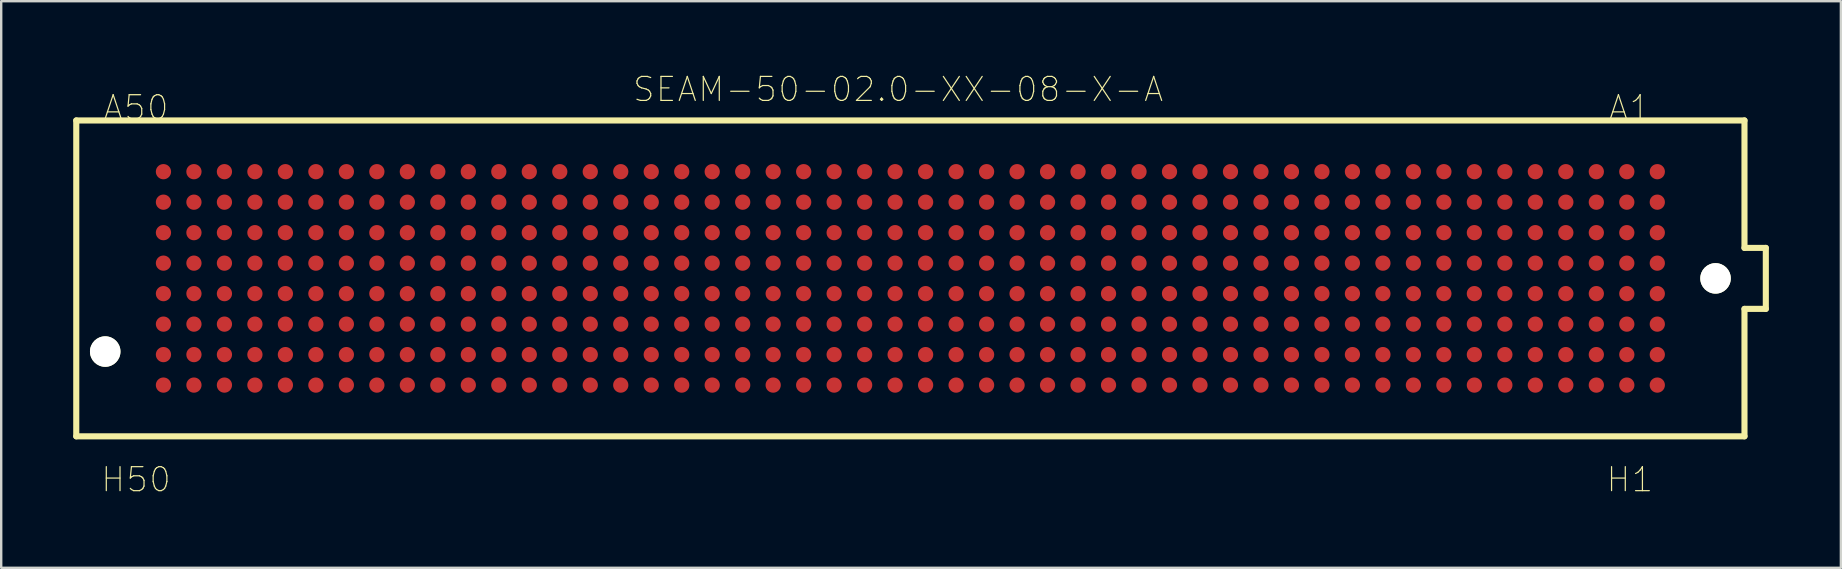
<source format=kicad_pcb>
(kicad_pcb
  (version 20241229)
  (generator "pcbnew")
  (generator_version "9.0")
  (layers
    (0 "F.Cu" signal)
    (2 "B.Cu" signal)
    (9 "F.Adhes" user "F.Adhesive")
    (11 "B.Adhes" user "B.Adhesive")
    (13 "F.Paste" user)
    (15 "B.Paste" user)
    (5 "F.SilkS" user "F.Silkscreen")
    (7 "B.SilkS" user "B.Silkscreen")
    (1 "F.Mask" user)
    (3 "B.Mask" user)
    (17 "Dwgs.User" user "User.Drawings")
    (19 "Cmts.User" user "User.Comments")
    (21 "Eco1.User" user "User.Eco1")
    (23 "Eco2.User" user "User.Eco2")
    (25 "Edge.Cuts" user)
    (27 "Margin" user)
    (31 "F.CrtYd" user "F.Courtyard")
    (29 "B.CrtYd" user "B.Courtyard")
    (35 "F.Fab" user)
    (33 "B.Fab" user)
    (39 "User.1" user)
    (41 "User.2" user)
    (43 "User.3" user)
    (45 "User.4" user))
  (footprint "SEAM-50-02.0-XX-08-X-A"
    (layer "F.Cu")
    (at 34.874 8.547)
    (property "Reference" "SEAM-50-02.0-XX-08-X-A" (at -0.508 -7.874 0) (layer "F.SilkS") (effects (font (size 1 1) (thickness 0.05))))
    (attr smd)
    (fp_line (start -34.747 -6.579) (end 34.747 -6.579) (stroke (width 0.254) (type solid)) (layer "F.SilkS"))
    (fp_line (start -34.747 6.579) (end -34.747 -6.579) (stroke (width 0.254) (type solid)) (layer "F.SilkS"))
    (fp_line (start 34.747 -6.579) (end 34.747 -1.27) (stroke (width 0.254) (type solid)) (layer "F.SilkS"))
    (fp_line (start 34.747 -1.27) (end 35.636 -1.27) (stroke (width 0.254) (type solid)) (layer "F.SilkS"))
    (fp_line (start 34.747 1.27) (end 34.747 6.579) (stroke (width 0.254) (type solid)) (layer "F.SilkS"))
    (fp_line (start 34.747 6.579) (end -34.747 6.579) (stroke (width 0.254) (type solid)) (layer "F.SilkS"))
    (fp_line (start 35.636 -1.27) (end 35.636 1.27) (stroke (width 0.254) (type solid)) (layer "F.SilkS"))
    (fp_line (start 35.636 1.27) (end 34.747 1.27) (stroke (width 0.254) (type solid)) (layer "F.SilkS"))
    (fp_line (start -34.239 -6.071) (end 34.239 -6.071) (stroke (width 0.254) (type solid)) (layer "Eco2.User"))
    (fp_line (start -34.239 6.071) (end -34.239 -6.071) (stroke (width 0.254) (type solid)) (layer "Eco2.User"))
    (fp_line (start 34.239 -6.071) (end 34.239 -0.762) (stroke (width 0.254) (type solid)) (layer "Eco2.User"))
    (fp_line (start 34.239 -0.762) (end 35.128 -0.762) (stroke (width 0.254) (type solid)) (layer "Eco2.User"))
    (fp_line (start 34.239 0.762) (end 34.239 6.071) (stroke (width 0.254) (type solid)) (layer "Eco2.User"))
    (fp_line (start 34.239 6.071) (end -34.239 6.071) (stroke (width 0.254) (type solid)) (layer "Eco2.User"))
    (fp_line (start 35.128 -0.762) (end 35.128 0.762) (stroke (width 0.254) (type solid)) (layer "Eco2.User"))
    (fp_line (start 35.128 0.762) (end 34.239 0.762) (stroke (width 0.254) (type solid)) (layer "Eco2.User"))
    (fp_text user "H50" (at -32.258 8.382 0) (layer "F.SilkS") (effects (font (size 1 1) (thickness 0.05))))
    (fp_text user "A50" (at -32.258 -7.112 0) (layer "F.SilkS") (effects (font (size 1 1) (thickness 0.05))))
    (fp_text user "A1" (at 29.972 -7.112 0) (layer "F.SilkS") (effects (font (size 1 1) (thickness 0.05))))
    (fp_text user "H1" (at 29.972 8.382 0) (layer "F.SilkS") (effects (font (size 1 1) (thickness 0.05))))
    (pad "" np_thru_hole circle (at -33.541 3.048) (size 1.27 1.27) (drill 1.27) (layers "*.Cu" "*.Mask" "F.SilkS"))
    (pad "" np_thru_hole circle (at 33.541 0) (size 1.27 1.27) (drill 1.27) (layers "*.Cu" "*.Mask" "F.SilkS"))
    (pad "A1" smd circle (at 31.115 -4.445) (size 0.635 0.635) (layers "F.Cu" "F.Mask" "F.Paste"))
    (pad "A2" smd circle (at 29.845 -4.445) (size 0.635 0.635) (layers "F.Cu" "F.Mask" "F.Paste"))
    (pad "A3" smd circle (at 28.575 -4.445) (size 0.635 0.635) (layers "F.Cu" "F.Mask" "F.Paste"))
    (pad "A4" smd circle (at 27.305 -4.445) (size 0.635 0.635) (layers "F.Cu" "F.Mask" "F.Paste"))
    (pad "A5" smd circle (at 26.035 -4.445) (size 0.635 0.635) (layers "F.Cu" "F.Mask" "F.Paste"))
    (pad "A6" smd circle (at 24.765 -4.445) (size 0.635 0.635) (layers "F.Cu" "F.Mask" "F.Paste"))
    (pad "A7" smd circle (at 23.495 -4.445) (size 0.635 0.635) (layers "F.Cu" "F.Mask" "F.Paste"))
    (pad "A8" smd circle (at 22.225 -4.445) (size 0.635 0.635) (layers "F.Cu" "F.Mask" "F.Paste"))
    (pad "A9" smd circle (at 20.955 -4.445) (size 0.635 0.635) (layers "F.Cu" "F.Mask" "F.Paste"))
    (pad "A10" smd circle (at 19.685 -4.445) (size 0.635 0.635) (layers "F.Cu" "F.Mask" "F.Paste"))
    (pad "A11" smd circle (at 18.415 -4.445) (size 0.635 0.635) (layers "F.Cu" "F.Mask" "F.Paste"))
    (pad "A12" smd circle (at 17.145 -4.445) (size 0.635 0.635) (layers "F.Cu" "F.Mask" "F.Paste"))
    (pad "A13" smd circle (at 15.875 -4.445) (size 0.635 0.635) (layers "F.Cu" "F.Mask" "F.Paste"))
    (pad "A14" smd circle (at 14.605 -4.445) (size 0.635 0.635) (layers "F.Cu" "F.Mask" "F.Paste"))
    (pad "A15" smd circle (at 13.335 -4.445) (size 0.635 0.635) (layers "F.Cu" "F.Mask" "F.Paste"))
    (pad "A16" smd circle (at 12.065 -4.445) (size 0.635 0.635) (layers "F.Cu" "F.Mask" "F.Paste"))
    (pad "A17" smd circle (at 10.795 -4.445) (size 0.635 0.635) (layers "F.Cu" "F.Mask" "F.Paste"))
    (pad "A18" smd circle (at 9.525 -4.445) (size 0.635 0.635) (layers "F.Cu" "F.Mask" "F.Paste"))
    (pad "A19" smd circle (at 8.255 -4.445) (size 0.635 0.635) (layers "F.Cu" "F.Mask" "F.Paste"))
    (pad "A20" smd circle (at 6.985 -4.445) (size 0.635 0.635) (layers "F.Cu" "F.Mask" "F.Paste"))
    (pad "A21" smd circle (at 5.715 -4.445) (size 0.635 0.635) (layers "F.Cu" "F.Mask" "F.Paste"))
    (pad "A22" smd circle (at 4.445 -4.445) (size 0.635 0.635) (layers "F.Cu" "F.Mask" "F.Paste"))
    (pad "A23" smd circle (at 3.175 -4.445) (size 0.635 0.635) (layers "F.Cu" "F.Mask" "F.Paste"))
    (pad "A24" smd circle (at 1.905 -4.445) (size 0.635 0.635) (layers "F.Cu" "F.Mask" "F.Paste"))
    (pad "A25" smd circle (at 0.635 -4.445) (size 0.635 0.635) (layers "F.Cu" "F.Mask" "F.Paste"))
    (pad "A26" smd circle (at -0.635 -4.445) (size 0.635 0.635) (layers "F.Cu" "F.Mask" "F.Paste"))
    (pad "A27" smd circle (at -1.905 -4.445) (size 0.635 0.635) (layers "F.Cu" "F.Mask" "F.Paste"))
    (pad "A28" smd circle (at -3.175 -4.445) (size 0.635 0.635) (layers "F.Cu" "F.Mask" "F.Paste"))
    (pad "A29" smd circle (at -4.445 -4.445) (size 0.635 0.635) (layers "F.Cu" "F.Mask" "F.Paste"))
    (pad "A30" smd circle (at -5.715 -4.445) (size 0.635 0.635) (layers "F.Cu" "F.Mask" "F.Paste"))
    (pad "A31" smd circle (at -6.985 -4.445) (size 0.635 0.635) (layers "F.Cu" "F.Mask" "F.Paste"))
    (pad "A32" smd circle (at -8.255 -4.445) (size 0.635 0.635) (layers "F.Cu" "F.Mask" "F.Paste"))
    (pad "A33" smd circle (at -9.525 -4.445) (size 0.635 0.635) (layers "F.Cu" "F.Mask" "F.Paste"))
    (pad "A34" smd circle (at -10.795 -4.445) (size 0.635 0.635) (layers "F.Cu" "F.Mask" "F.Paste"))
    (pad "A35" smd circle (at -12.065 -4.445) (size 0.635 0.635) (layers "F.Cu" "F.Mask" "F.Paste"))
    (pad "A36" smd circle (at -13.335 -4.445) (size 0.635 0.635) (layers "F.Cu" "F.Mask" "F.Paste"))
    (pad "A37" smd circle (at -14.605 -4.445) (size 0.635 0.635) (layers "F.Cu" "F.Mask" "F.Paste"))
    (pad "A38" smd circle (at -15.875 -4.445) (size 0.635 0.635) (layers "F.Cu" "F.Mask" "F.Paste"))
    (pad "A39" smd circle (at -17.145 -4.445) (size 0.635 0.635) (layers "F.Cu" "F.Mask" "F.Paste"))
    (pad "A40" smd circle (at -18.415 -4.445) (size 0.635 0.635) (layers "F.Cu" "F.Mask" "F.Paste"))
    (pad "A41" smd circle (at -19.685 -4.445) (size 0.635 0.635) (layers "F.Cu" "F.Mask" "F.Paste"))
    (pad "A42" smd circle (at -20.955 -4.445) (size 0.635 0.635) (layers "F.Cu" "F.Mask" "F.Paste"))
    (pad "A43" smd circle (at -22.225 -4.445) (size 0.635 0.635) (layers "F.Cu" "F.Mask" "F.Paste"))
    (pad "A44" smd circle (at -23.495 -4.445) (size 0.635 0.635) (layers "F.Cu" "F.Mask" "F.Paste"))
    (pad "A45" smd circle (at -24.765 -4.445) (size 0.635 0.635) (layers "F.Cu" "F.Mask" "F.Paste"))
    (pad "A46" smd circle (at -26.035 -4.445) (size 0.635 0.635) (layers "F.Cu" "F.Mask" "F.Paste"))
    (pad "A47" smd circle (at -27.305 -4.445) (size 0.635 0.635) (layers "F.Cu" "F.Mask" "F.Paste"))
    (pad "A48" smd circle (at -28.575 -4.445) (size 0.635 0.635) (layers "F.Cu" "F.Mask" "F.Paste"))
    (pad "A49" smd circle (at -29.845 -4.445) (size 0.635 0.635) (layers "F.Cu" "F.Mask" "F.Paste"))
    (pad "A50" smd circle (at -31.115 -4.445) (size 0.635 0.635) (layers "F.Cu" "F.Mask" "F.Paste"))
    (pad "B1" smd circle (at 31.115 -3.175) (size 0.635 0.635) (layers "F.Cu" "F.Mask" "F.Paste"))
    (pad "B2" smd circle (at 29.845 -3.175) (size 0.635 0.635) (layers "F.Cu" "F.Mask" "F.Paste"))
    (pad "B3" smd circle (at 28.575 -3.175) (size 0.635 0.635) (layers "F.Cu" "F.Mask" "F.Paste"))
    (pad "B4" smd circle (at 27.305 -3.175) (size 0.635 0.635) (layers "F.Cu" "F.Mask" "F.Paste"))
    (pad "B5" smd circle (at 26.035 -3.175) (size 0.635 0.635) (layers "F.Cu" "F.Mask" "F.Paste"))
    (pad "B6" smd circle (at 24.765 -3.175) (size 0.635 0.635) (layers "F.Cu" "F.Mask" "F.Paste"))
    (pad "B7" smd circle (at 23.495 -3.175) (size 0.635 0.635) (layers "F.Cu" "F.Mask" "F.Paste"))
    (pad "B8" smd circle (at 22.225 -3.175) (size 0.635 0.635) (layers "F.Cu" "F.Mask" "F.Paste"))
    (pad "B9" smd circle (at 20.955 -3.175) (size 0.635 0.635) (layers "F.Cu" "F.Mask" "F.Paste"))
    (pad "B10" smd circle (at 19.685 -3.175) (size 0.635 0.635) (layers "F.Cu" "F.Mask" "F.Paste"))
    (pad "B11" smd circle (at 18.415 -3.175) (size 0.635 0.635) (layers "F.Cu" "F.Mask" "F.Paste"))
    (pad "B12" smd circle (at 17.145 -3.175) (size 0.635 0.635) (layers "F.Cu" "F.Mask" "F.Paste"))
    (pad "B13" smd circle (at 15.875 -3.175) (size 0.635 0.635) (layers "F.Cu" "F.Mask" "F.Paste"))
    (pad "B14" smd circle (at 14.605 -3.175) (size 0.635 0.635) (layers "F.Cu" "F.Mask" "F.Paste"))
    (pad "B15" smd circle (at 13.335 -3.175) (size 0.635 0.635) (layers "F.Cu" "F.Mask" "F.Paste"))
    (pad "B16" smd circle (at 12.065 -3.175) (size 0.635 0.635) (layers "F.Cu" "F.Mask" "F.Paste"))
    (pad "B17" smd circle (at 10.795 -3.175) (size 0.635 0.635) (layers "F.Cu" "F.Mask" "F.Paste"))
    (pad "B18" smd circle (at 9.525 -3.175) (size 0.635 0.635) (layers "F.Cu" "F.Mask" "F.Paste"))
    (pad "B19" smd circle (at 8.255 -3.175) (size 0.635 0.635) (layers "F.Cu" "F.Mask" "F.Paste"))
    (pad "B20" smd circle (at 6.985 -3.175) (size 0.635 0.635) (layers "F.Cu" "F.Mask" "F.Paste"))
    (pad "B21" smd circle (at 5.715 -3.175) (size 0.635 0.635) (layers "F.Cu" "F.Mask" "F.Paste"))
    (pad "B22" smd circle (at 4.445 -3.175) (size 0.635 0.635) (layers "F.Cu" "F.Mask" "F.Paste"))
    (pad "B23" smd circle (at 3.175 -3.175) (size 0.635 0.635) (layers "F.Cu" "F.Mask" "F.Paste"))
    (pad "B24" smd circle (at 1.905 -3.175) (size 0.635 0.635) (layers "F.Cu" "F.Mask" "F.Paste"))
    (pad "B25" smd circle (at 0.635 -3.175) (size 0.635 0.635) (layers "F.Cu" "F.Mask" "F.Paste"))
    (pad "B26" smd circle (at -0.635 -3.175) (size 0.635 0.635) (layers "F.Cu" "F.Mask" "F.Paste"))
    (pad "B27" smd circle (at -1.905 -3.175) (size 0.635 0.635) (layers "F.Cu" "F.Mask" "F.Paste"))
    (pad "B28" smd circle (at -3.175 -3.175) (size 0.635 0.635) (layers "F.Cu" "F.Mask" "F.Paste"))
    (pad "B29" smd circle (at -4.445 -3.175) (size 0.635 0.635) (layers "F.Cu" "F.Mask" "F.Paste"))
    (pad "B30" smd circle (at -5.715 -3.175) (size 0.635 0.635) (layers "F.Cu" "F.Mask" "F.Paste"))
    (pad "B31" smd circle (at -6.985 -3.175) (size 0.635 0.635) (layers "F.Cu" "F.Mask" "F.Paste"))
    (pad "B32" smd circle (at -8.255 -3.175) (size 0.635 0.635) (layers "F.Cu" "F.Mask" "F.Paste"))
    (pad "B33" smd circle (at -9.525 -3.175) (size 0.635 0.635) (layers "F.Cu" "F.Mask" "F.Paste"))
    (pad "B34" smd circle (at -10.795 -3.175) (size 0.635 0.635) (layers "F.Cu" "F.Mask" "F.Paste"))
    (pad "B35" smd circle (at -12.065 -3.175) (size 0.635 0.635) (layers "F.Cu" "F.Mask" "F.Paste"))
    (pad "B36" smd circle (at -13.335 -3.175) (size 0.635 0.635) (layers "F.Cu" "F.Mask" "F.Paste"))
    (pad "B37" smd circle (at -14.605 -3.175) (size 0.635 0.635) (layers "F.Cu" "F.Mask" "F.Paste"))
    (pad "B38" smd circle (at -15.875 -3.175) (size 0.635 0.635) (layers "F.Cu" "F.Mask" "F.Paste"))
    (pad "B39" smd circle (at -17.145 -3.175) (size 0.635 0.635) (layers "F.Cu" "F.Mask" "F.Paste"))
    (pad "B40" smd circle (at -18.415 -3.175) (size 0.635 0.635) (layers "F.Cu" "F.Mask" "F.Paste"))
    (pad "B41" smd circle (at -19.685 -3.175) (size 0.635 0.635) (layers "F.Cu" "F.Mask" "F.Paste"))
    (pad "B42" smd circle (at -20.955 -3.175) (size 0.635 0.635) (layers "F.Cu" "F.Mask" "F.Paste"))
    (pad "B43" smd circle (at -22.225 -3.175) (size 0.635 0.635) (layers "F.Cu" "F.Mask" "F.Paste"))
    (pad "B44" smd circle (at -23.495 -3.175) (size 0.635 0.635) (layers "F.Cu" "F.Mask" "F.Paste"))
    (pad "B45" smd circle (at -24.765 -3.175) (size 0.635 0.635) (layers "F.Cu" "F.Mask" "F.Paste"))
    (pad "B46" smd circle (at -26.035 -3.175) (size 0.635 0.635) (layers "F.Cu" "F.Mask" "F.Paste"))
    (pad "B47" smd circle (at -27.305 -3.175) (size 0.635 0.635) (layers "F.Cu" "F.Mask" "F.Paste"))
    (pad "B48" smd circle (at -28.575 -3.175) (size 0.635 0.635) (layers "F.Cu" "F.Mask" "F.Paste"))
    (pad "B49" smd circle (at -29.845 -3.175) (size 0.635 0.635) (layers "F.Cu" "F.Mask" "F.Paste"))
    (pad "B50" smd circle (at -31.115 -3.175) (size 0.635 0.635) (layers "F.Cu" "F.Mask" "F.Paste"))
    (pad "C1" smd circle (at 31.115 -1.905) (size 0.635 0.635) (layers "F.Cu" "F.Mask" "F.Paste"))
    (pad "C2" smd circle (at 29.845 -1.905) (size 0.635 0.635) (layers "F.Cu" "F.Mask" "F.Paste"))
    (pad "C3" smd circle (at 28.575 -1.905) (size 0.635 0.635) (layers "F.Cu" "F.Mask" "F.Paste"))
    (pad "C4" smd circle (at 27.305 -1.905) (size 0.635 0.635) (layers "F.Cu" "F.Mask" "F.Paste"))
    (pad "C5" smd circle (at 26.035 -1.905) (size 0.635 0.635) (layers "F.Cu" "F.Mask" "F.Paste"))
    (pad "C6" smd circle (at 24.765 -1.905) (size 0.635 0.635) (layers "F.Cu" "F.Mask" "F.Paste"))
    (pad "C7" smd circle (at 23.495 -1.905) (size 0.635 0.635) (layers "F.Cu" "F.Mask" "F.Paste"))
    (pad "C8" smd circle (at 22.225 -1.905) (size 0.635 0.635) (layers "F.Cu" "F.Mask" "F.Paste"))
    (pad "C9" smd circle (at 20.955 -1.905) (size 0.635 0.635) (layers "F.Cu" "F.Mask" "F.Paste"))
    (pad "C10" smd circle (at 19.685 -1.905) (size 0.635 0.635) (layers "F.Cu" "F.Mask" "F.Paste"))
    (pad "C11" smd circle (at 18.415 -1.905) (size 0.635 0.635) (layers "F.Cu" "F.Mask" "F.Paste"))
    (pad "C12" smd circle (at 17.145 -1.905) (size 0.635 0.635) (layers "F.Cu" "F.Mask" "F.Paste"))
    (pad "C13" smd circle (at 15.875 -1.905) (size 0.635 0.635) (layers "F.Cu" "F.Mask" "F.Paste"))
    (pad "C14" smd circle (at 14.605 -1.905) (size 0.635 0.635) (layers "F.Cu" "F.Mask" "F.Paste"))
    (pad "C15" smd circle (at 13.335 -1.905) (size 0.635 0.635) (layers "F.Cu" "F.Mask" "F.Paste"))
    (pad "C16" smd circle (at 12.065 -1.905) (size 0.635 0.635) (layers "F.Cu" "F.Mask" "F.Paste"))
    (pad "C17" smd circle (at 10.795 -1.905) (size 0.635 0.635) (layers "F.Cu" "F.Mask" "F.Paste"))
    (pad "C18" smd circle (at 9.525 -1.905) (size 0.635 0.635) (layers "F.Cu" "F.Mask" "F.Paste"))
    (pad "C19" smd circle (at 8.255 -1.905) (size 0.635 0.635) (layers "F.Cu" "F.Mask" "F.Paste"))
    (pad "C20" smd circle (at 6.985 -1.905) (size 0.635 0.635) (layers "F.Cu" "F.Mask" "F.Paste"))
    (pad "C21" smd circle (at 5.715 -1.905) (size 0.635 0.635) (layers "F.Cu" "F.Mask" "F.Paste"))
    (pad "C22" smd circle (at 4.445 -1.905) (size 0.635 0.635) (layers "F.Cu" "F.Mask" "F.Paste"))
    (pad "C23" smd circle (at 3.175 -1.905) (size 0.635 0.635) (layers "F.Cu" "F.Mask" "F.Paste"))
    (pad "C24" smd circle (at 1.905 -1.905) (size 0.635 0.635) (layers "F.Cu" "F.Mask" "F.Paste"))
    (pad "C25" smd circle (at 0.635 -1.905) (size 0.635 0.635) (layers "F.Cu" "F.Mask" "F.Paste"))
    (pad "C26" smd circle (at -0.635 -1.905) (size 0.635 0.635) (layers "F.Cu" "F.Mask" "F.Paste"))
    (pad "C27" smd circle (at -1.905 -1.905) (size 0.635 0.635) (layers "F.Cu" "F.Mask" "F.Paste"))
    (pad "C28" smd circle (at -3.175 -1.905) (size 0.635 0.635) (layers "F.Cu" "F.Mask" "F.Paste"))
    (pad "C29" smd circle (at -4.445 -1.905) (size 0.635 0.635) (layers "F.Cu" "F.Mask" "F.Paste"))
    (pad "C30" smd circle (at -5.715 -1.905) (size 0.635 0.635) (layers "F.Cu" "F.Mask" "F.Paste"))
    (pad "C31" smd circle (at -6.985 -1.905) (size 0.635 0.635) (layers "F.Cu" "F.Mask" "F.Paste"))
    (pad "C32" smd circle (at -8.255 -1.905) (size 0.635 0.635) (layers "F.Cu" "F.Mask" "F.Paste"))
    (pad "C33" smd circle (at -9.525 -1.905) (size 0.635 0.635) (layers "F.Cu" "F.Mask" "F.Paste"))
    (pad "C34" smd circle (at -10.795 -1.905) (size 0.635 0.635) (layers "F.Cu" "F.Mask" "F.Paste"))
    (pad "C35" smd circle (at -12.065 -1.905) (size 0.635 0.635) (layers "F.Cu" "F.Mask" "F.Paste"))
    (pad "C36" smd circle (at -13.335 -1.905) (size 0.635 0.635) (layers "F.Cu" "F.Mask" "F.Paste"))
    (pad "C37" smd circle (at -14.605 -1.905) (size 0.635 0.635) (layers "F.Cu" "F.Mask" "F.Paste"))
    (pad "C38" smd circle (at -15.875 -1.905) (size 0.635 0.635) (layers "F.Cu" "F.Mask" "F.Paste"))
    (pad "C39" smd circle (at -17.145 -1.905) (size 0.635 0.635) (layers "F.Cu" "F.Mask" "F.Paste"))
    (pad "C40" smd circle (at -18.415 -1.905) (size 0.635 0.635) (layers "F.Cu" "F.Mask" "F.Paste"))
    (pad "C41" smd circle (at -19.685 -1.905) (size 0.635 0.635) (layers "F.Cu" "F.Mask" "F.Paste"))
    (pad "C42" smd circle (at -20.955 -1.905) (size 0.635 0.635) (layers "F.Cu" "F.Mask" "F.Paste"))
    (pad "C43" smd circle (at -22.225 -1.905) (size 0.635 0.635) (layers "F.Cu" "F.Mask" "F.Paste"))
    (pad "C44" smd circle (at -23.495 -1.905) (size 0.635 0.635) (layers "F.Cu" "F.Mask" "F.Paste"))
    (pad "C45" smd circle (at -24.765 -1.905) (size 0.635 0.635) (layers "F.Cu" "F.Mask" "F.Paste"))
    (pad "C46" smd circle (at -26.035 -1.905) (size 0.635 0.635) (layers "F.Cu" "F.Mask" "F.Paste"))
    (pad "C47" smd circle (at -27.305 -1.905) (size 0.635 0.635) (layers "F.Cu" "F.Mask" "F.Paste"))
    (pad "C48" smd circle (at -28.575 -1.905) (size 0.635 0.635) (layers "F.Cu" "F.Mask" "F.Paste"))
    (pad "C49" smd circle (at -29.845 -1.905) (size 0.635 0.635) (layers "F.Cu" "F.Mask" "F.Paste"))
    (pad "C50" smd circle (at -31.115 -1.905) (size 0.635 0.635) (layers "F.Cu" "F.Mask" "F.Paste"))
    (pad "D1" smd circle (at 31.115 -0.635) (size 0.635 0.635) (layers "F.Cu" "F.Mask" "F.Paste"))
    (pad "D2" smd circle (at 29.845 -0.635) (size 0.635 0.635) (layers "F.Cu" "F.Mask" "F.Paste"))
    (pad "D3" smd circle (at 28.575 -0.635) (size 0.635 0.635) (layers "F.Cu" "F.Mask" "F.Paste"))
    (pad "D4" smd circle (at 27.305 -0.635) (size 0.635 0.635) (layers "F.Cu" "F.Mask" "F.Paste"))
    (pad "D5" smd circle (at 26.035 -0.635) (size 0.635 0.635) (layers "F.Cu" "F.Mask" "F.Paste"))
    (pad "D6" smd circle (at 24.765 -0.635) (size 0.635 0.635) (layers "F.Cu" "F.Mask" "F.Paste"))
    (pad "D7" smd circle (at 23.495 -0.635) (size 0.635 0.635) (layers "F.Cu" "F.Mask" "F.Paste"))
    (pad "D8" smd circle (at 22.225 -0.635) (size 0.635 0.635) (layers "F.Cu" "F.Mask" "F.Paste"))
    (pad "D9" smd circle (at 20.955 -0.635) (size 0.635 0.635) (layers "F.Cu" "F.Mask" "F.Paste"))
    (pad "D10" smd circle (at 19.685 -0.635) (size 0.635 0.635) (layers "F.Cu" "F.Mask" "F.Paste"))
    (pad "D11" smd circle (at 18.415 -0.635) (size 0.635 0.635) (layers "F.Cu" "F.Mask" "F.Paste"))
    (pad "D12" smd circle (at 17.145 -0.635) (size 0.635 0.635) (layers "F.Cu" "F.Mask" "F.Paste"))
    (pad "D13" smd circle (at 15.875 -0.635) (size 0.635 0.635) (layers "F.Cu" "F.Mask" "F.Paste"))
    (pad "D14" smd circle (at 14.605 -0.635) (size 0.635 0.635) (layers "F.Cu" "F.Mask" "F.Paste"))
    (pad "D15" smd circle (at 13.335 -0.635) (size 0.635 0.635) (layers "F.Cu" "F.Mask" "F.Paste"))
    (pad "D16" smd circle (at 12.065 -0.635) (size 0.635 0.635) (layers "F.Cu" "F.Mask" "F.Paste"))
    (pad "D17" smd circle (at 10.795 -0.635) (size 0.635 0.635) (layers "F.Cu" "F.Mask" "F.Paste"))
    (pad "D18" smd circle (at 9.525 -0.635) (size 0.635 0.635) (layers "F.Cu" "F.Mask" "F.Paste"))
    (pad "D19" smd circle (at 8.255 -0.635) (size 0.635 0.635) (layers "F.Cu" "F.Mask" "F.Paste"))
    (pad "D20" smd circle (at 6.985 -0.635) (size 0.635 0.635) (layers "F.Cu" "F.Mask" "F.Paste"))
    (pad "D21" smd circle (at 5.715 -0.635) (size 0.635 0.635) (layers "F.Cu" "F.Mask" "F.Paste"))
    (pad "D22" smd circle (at 4.445 -0.635) (size 0.635 0.635) (layers "F.Cu" "F.Mask" "F.Paste"))
    (pad "D23" smd circle (at 3.175 -0.635) (size 0.635 0.635) (layers "F.Cu" "F.Mask" "F.Paste"))
    (pad "D24" smd circle (at 1.905 -0.635) (size 0.635 0.635) (layers "F.Cu" "F.Mask" "F.Paste"))
    (pad "D25" smd circle (at 0.635 -0.635) (size 0.635 0.635) (layers "F.Cu" "F.Mask" "F.Paste"))
    (pad "D26" smd circle (at -0.635 -0.635) (size 0.635 0.635) (layers "F.Cu" "F.Mask" "F.Paste"))
    (pad "D27" smd circle (at -1.905 -0.635) (size 0.635 0.635) (layers "F.Cu" "F.Mask" "F.Paste"))
    (pad "D28" smd circle (at -3.175 -0.635) (size 0.635 0.635) (layers "F.Cu" "F.Mask" "F.Paste"))
    (pad "D29" smd circle (at -4.445 -0.635) (size 0.635 0.635) (layers "F.Cu" "F.Mask" "F.Paste"))
    (pad "D30" smd circle (at -5.715 -0.635) (size 0.635 0.635) (layers "F.Cu" "F.Mask" "F.Paste"))
    (pad "D31" smd circle (at -6.985 -0.635) (size 0.635 0.635) (layers "F.Cu" "F.Mask" "F.Paste"))
    (pad "D32" smd circle (at -8.255 -0.635) (size 0.635 0.635) (layers "F.Cu" "F.Mask" "F.Paste"))
    (pad "D33" smd circle (at -9.525 -0.635) (size 0.635 0.635) (layers "F.Cu" "F.Mask" "F.Paste"))
    (pad "D34" smd circle (at -10.795 -0.635) (size 0.635 0.635) (layers "F.Cu" "F.Mask" "F.Paste"))
    (pad "D35" smd circle (at -12.065 -0.635) (size 0.635 0.635) (layers "F.Cu" "F.Mask" "F.Paste"))
    (pad "D36" smd circle (at -13.335 -0.635) (size 0.635 0.635) (layers "F.Cu" "F.Mask" "F.Paste"))
    (pad "D37" smd circle (at -14.605 -0.635) (size 0.635 0.635) (layers "F.Cu" "F.Mask" "F.Paste"))
    (pad "D38" smd circle (at -15.875 -0.635) (size 0.635 0.635) (layers "F.Cu" "F.Mask" "F.Paste"))
    (pad "D39" smd circle (at -17.145 -0.635) (size 0.635 0.635) (layers "F.Cu" "F.Mask" "F.Paste"))
    (pad "D40" smd circle (at -18.415 -0.635) (size 0.635 0.635) (layers "F.Cu" "F.Mask" "F.Paste"))
    (pad "D41" smd circle (at -19.685 -0.635) (size 0.635 0.635) (layers "F.Cu" "F.Mask" "F.Paste"))
    (pad "D42" smd circle (at -20.955 -0.635) (size 0.635 0.635) (layers "F.Cu" "F.Mask" "F.Paste"))
    (pad "D43" smd circle (at -22.225 -0.635) (size 0.635 0.635) (layers "F.Cu" "F.Mask" "F.Paste"))
    (pad "D44" smd circle (at -23.495 -0.635) (size 0.635 0.635) (layers "F.Cu" "F.Mask" "F.Paste"))
    (pad "D45" smd circle (at -24.765 -0.635) (size 0.635 0.635) (layers "F.Cu" "F.Mask" "F.Paste"))
    (pad "D46" smd circle (at -26.035 -0.635) (size 0.635 0.635) (layers "F.Cu" "F.Mask" "F.Paste"))
    (pad "D47" smd circle (at -27.305 -0.635) (size 0.635 0.635) (layers "F.Cu" "F.Mask" "F.Paste"))
    (pad "D48" smd circle (at -28.575 -0.635) (size 0.635 0.635) (layers "F.Cu" "F.Mask" "F.Paste"))
    (pad "D49" smd circle (at -29.845 -0.635) (size 0.635 0.635) (layers "F.Cu" "F.Mask" "F.Paste"))
    (pad "D50" smd circle (at -31.115 -0.635) (size 0.635 0.635) (layers "F.Cu" "F.Mask" "F.Paste"))
    (pad "E1" smd circle (at 31.115 0.635) (size 0.635 0.635) (layers "F.Cu" "F.Mask" "F.Paste"))
    (pad "E2" smd circle (at 29.845 0.635) (size 0.635 0.635) (layers "F.Cu" "F.Mask" "F.Paste"))
    (pad "E3" smd circle (at 28.575 0.635) (size 0.635 0.635) (layers "F.Cu" "F.Mask" "F.Paste"))
    (pad "E4" smd circle (at 27.305 0.635) (size 0.635 0.635) (layers "F.Cu" "F.Mask" "F.Paste"))
    (pad "E5" smd circle (at 26.035 0.635) (size 0.635 0.635) (layers "F.Cu" "F.Mask" "F.Paste"))
    (pad "E6" smd circle (at 24.765 0.635) (size 0.635 0.635) (layers "F.Cu" "F.Mask" "F.Paste"))
    (pad "E7" smd circle (at 23.495 0.635) (size 0.635 0.635) (layers "F.Cu" "F.Mask" "F.Paste"))
    (pad "E8" smd circle (at 22.225 0.635) (size 0.635 0.635) (layers "F.Cu" "F.Mask" "F.Paste"))
    (pad "E9" smd circle (at 20.955 0.635) (size 0.635 0.635) (layers "F.Cu" "F.Mask" "F.Paste"))
    (pad "E10" smd circle (at 19.685 0.635) (size 0.635 0.635) (layers "F.Cu" "F.Mask" "F.Paste"))
    (pad "E11" smd circle (at 18.415 0.635) (size 0.635 0.635) (layers "F.Cu" "F.Mask" "F.Paste"))
    (pad "E12" smd circle (at 17.145 0.635) (size 0.635 0.635) (layers "F.Cu" "F.Mask" "F.Paste"))
    (pad "E13" smd circle (at 15.875 0.635) (size 0.635 0.635) (layers "F.Cu" "F.Mask" "F.Paste"))
    (pad "E14" smd circle (at 14.605 0.635) (size 0.635 0.635) (layers "F.Cu" "F.Mask" "F.Paste"))
    (pad "E15" smd circle (at 13.335 0.635) (size 0.635 0.635) (layers "F.Cu" "F.Mask" "F.Paste"))
    (pad "E16" smd circle (at 12.065 0.635) (size 0.635 0.635) (layers "F.Cu" "F.Mask" "F.Paste"))
    (pad "E17" smd circle (at 10.795 0.635) (size 0.635 0.635) (layers "F.Cu" "F.Mask" "F.Paste"))
    (pad "E18" smd circle (at 9.525 0.635) (size 0.635 0.635) (layers "F.Cu" "F.Mask" "F.Paste"))
    (pad "E19" smd circle (at 8.255 0.635) (size 0.635 0.635) (layers "F.Cu" "F.Mask" "F.Paste"))
    (pad "E20" smd circle (at 6.985 0.635) (size 0.635 0.635) (layers "F.Cu" "F.Mask" "F.Paste"))
    (pad "E21" smd circle (at 5.715 0.635) (size 0.635 0.635) (layers "F.Cu" "F.Mask" "F.Paste"))
    (pad "E22" smd circle (at 4.445 0.635) (size 0.635 0.635) (layers "F.Cu" "F.Mask" "F.Paste"))
    (pad "E23" smd circle (at 3.175 0.635) (size 0.635 0.635) (layers "F.Cu" "F.Mask" "F.Paste"))
    (pad "E24" smd circle (at 1.905 0.635) (size 0.635 0.635) (layers "F.Cu" "F.Mask" "F.Paste"))
    (pad "E25" smd circle (at 0.635 0.635) (size 0.635 0.635) (layers "F.Cu" "F.Mask" "F.Paste"))
    (pad "E26" smd circle (at -0.635 0.635) (size 0.635 0.635) (layers "F.Cu" "F.Mask" "F.Paste"))
    (pad "E27" smd circle (at -1.905 0.635) (size 0.635 0.635) (layers "F.Cu" "F.Mask" "F.Paste"))
    (pad "E28" smd circle (at -3.175 0.635) (size 0.635 0.635) (layers "F.Cu" "F.Mask" "F.Paste"))
    (pad "E29" smd circle (at -4.445 0.635) (size 0.635 0.635) (layers "F.Cu" "F.Mask" "F.Paste"))
    (pad "E30" smd circle (at -5.715 0.635) (size 0.635 0.635) (layers "F.Cu" "F.Mask" "F.Paste"))
    (pad "E31" smd circle (at -6.985 0.635) (size 0.635 0.635) (layers "F.Cu" "F.Mask" "F.Paste"))
    (pad "E32" smd circle (at -8.255 0.635) (size 0.635 0.635) (layers "F.Cu" "F.Mask" "F.Paste"))
    (pad "E33" smd circle (at -9.525 0.635) (size 0.635 0.635) (layers "F.Cu" "F.Mask" "F.Paste"))
    (pad "E34" smd circle (at -10.795 0.635) (size 0.635 0.635) (layers "F.Cu" "F.Mask" "F.Paste"))
    (pad "E35" smd circle (at -12.065 0.635) (size 0.635 0.635) (layers "F.Cu" "F.Mask" "F.Paste"))
    (pad "E36" smd circle (at -13.335 0.635) (size 0.635 0.635) (layers "F.Cu" "F.Mask" "F.Paste"))
    (pad "E37" smd circle (at -14.605 0.635) (size 0.635 0.635) (layers "F.Cu" "F.Mask" "F.Paste"))
    (pad "E38" smd circle (at -15.875 0.635) (size 0.635 0.635) (layers "F.Cu" "F.Mask" "F.Paste"))
    (pad "E39" smd circle (at -17.145 0.635) (size 0.635 0.635) (layers "F.Cu" "F.Mask" "F.Paste"))
    (pad "E40" smd circle (at -18.415 0.635) (size 0.635 0.635) (layers "F.Cu" "F.Mask" "F.Paste"))
    (pad "E41" smd circle (at -19.685 0.635) (size 0.635 0.635) (layers "F.Cu" "F.Mask" "F.Paste"))
    (pad "E42" smd circle (at -20.955 0.635) (size 0.635 0.635) (layers "F.Cu" "F.Mask" "F.Paste"))
    (pad "E43" smd circle (at -22.225 0.635) (size 0.635 0.635) (layers "F.Cu" "F.Mask" "F.Paste"))
    (pad "E44" smd circle (at -23.495 0.635) (size 0.635 0.635) (layers "F.Cu" "F.Mask" "F.Paste"))
    (pad "E45" smd circle (at -24.765 0.635) (size 0.635 0.635) (layers "F.Cu" "F.Mask" "F.Paste"))
    (pad "E46" smd circle (at -26.035 0.635) (size 0.635 0.635) (layers "F.Cu" "F.Mask" "F.Paste"))
    (pad "E47" smd circle (at -27.305 0.635) (size 0.635 0.635) (layers "F.Cu" "F.Mask" "F.Paste"))
    (pad "E48" smd circle (at -28.575 0.635) (size 0.635 0.635) (layers "F.Cu" "F.Mask" "F.Paste"))
    (pad "E49" smd circle (at -29.845 0.635) (size 0.635 0.635) (layers "F.Cu" "F.Mask" "F.Paste"))
    (pad "E50" smd circle (at -31.115 0.635) (size 0.635 0.635) (layers "F.Cu" "F.Mask" "F.Paste"))
    (pad "F1" smd circle (at 31.115 1.905) (size 0.635 0.635) (layers "F.Cu" "F.Mask" "F.Paste"))
    (pad "F2" smd circle (at 29.845 1.905) (size 0.635 0.635) (layers "F.Cu" "F.Mask" "F.Paste"))
    (pad "F3" smd circle (at 28.575 1.905) (size 0.635 0.635) (layers "F.Cu" "F.Mask" "F.Paste"))
    (pad "F4" smd circle (at 27.305 1.905) (size 0.635 0.635) (layers "F.Cu" "F.Mask" "F.Paste"))
    (pad "F5" smd circle (at 26.035 1.905) (size 0.635 0.635) (layers "F.Cu" "F.Mask" "F.Paste"))
    (pad "F6" smd circle (at 24.765 1.905) (size 0.635 0.635) (layers "F.Cu" "F.Mask" "F.Paste"))
    (pad "F7" smd circle (at 23.495 1.905) (size 0.635 0.635) (layers "F.Cu" "F.Mask" "F.Paste"))
    (pad "F8" smd circle (at 22.225 1.905) (size 0.635 0.635) (layers "F.Cu" "F.Mask" "F.Paste"))
    (pad "F9" smd circle (at 20.955 1.905) (size 0.635 0.635) (layers "F.Cu" "F.Mask" "F.Paste"))
    (pad "F10" smd circle (at 19.685 1.905) (size 0.635 0.635) (layers "F.Cu" "F.Mask" "F.Paste"))
    (pad "F11" smd circle (at 18.415 1.905) (size 0.635 0.635) (layers "F.Cu" "F.Mask" "F.Paste"))
    (pad "F12" smd circle (at 17.145 1.905) (size 0.635 0.635) (layers "F.Cu" "F.Mask" "F.Paste"))
    (pad "F13" smd circle (at 15.875 1.905) (size 0.635 0.635) (layers "F.Cu" "F.Mask" "F.Paste"))
    (pad "F14" smd circle (at 14.605 1.905) (size 0.635 0.635) (layers "F.Cu" "F.Mask" "F.Paste"))
    (pad "F15" smd circle (at 13.335 1.905) (size 0.635 0.635) (layers "F.Cu" "F.Mask" "F.Paste"))
    (pad "F16" smd circle (at 12.065 1.905) (size 0.635 0.635) (layers "F.Cu" "F.Mask" "F.Paste"))
    (pad "F17" smd circle (at 10.795 1.905) (size 0.635 0.635) (layers "F.Cu" "F.Mask" "F.Paste"))
    (pad "F18" smd circle (at 9.525 1.905) (size 0.635 0.635) (layers "F.Cu" "F.Mask" "F.Paste"))
    (pad "F19" smd circle (at 8.255 1.905) (size 0.635 0.635) (layers "F.Cu" "F.Mask" "F.Paste"))
    (pad "F20" smd circle (at 6.985 1.905) (size 0.635 0.635) (layers "F.Cu" "F.Mask" "F.Paste"))
    (pad "F21" smd circle (at 5.715 1.905) (size 0.635 0.635) (layers "F.Cu" "F.Mask" "F.Paste"))
    (pad "F22" smd circle (at 4.445 1.905) (size 0.635 0.635) (layers "F.Cu" "F.Mask" "F.Paste"))
    (pad "F23" smd circle (at 3.175 1.905) (size 0.635 0.635) (layers "F.Cu" "F.Mask" "F.Paste"))
    (pad "F24" smd circle (at 1.905 1.905) (size 0.635 0.635) (layers "F.Cu" "F.Mask" "F.Paste"))
    (pad "F25" smd circle (at 0.635 1.905) (size 0.635 0.635) (layers "F.Cu" "F.Mask" "F.Paste"))
    (pad "F26" smd circle (at -0.635 1.905) (size 0.635 0.635) (layers "F.Cu" "F.Mask" "F.Paste"))
    (pad "F27" smd circle (at -1.905 1.905) (size 0.635 0.635) (layers "F.Cu" "F.Mask" "F.Paste"))
    (pad "F28" smd circle (at -3.175 1.905) (size 0.635 0.635) (layers "F.Cu" "F.Mask" "F.Paste"))
    (pad "F29" smd circle (at -4.445 1.905) (size 0.635 0.635) (layers "F.Cu" "F.Mask" "F.Paste"))
    (pad "F30" smd circle (at -5.715 1.905) (size 0.635 0.635) (layers "F.Cu" "F.Mask" "F.Paste"))
    (pad "F31" smd circle (at -6.985 1.905) (size 0.635 0.635) (layers "F.Cu" "F.Mask" "F.Paste"))
    (pad "F32" smd circle (at -8.255 1.905) (size 0.635 0.635) (layers "F.Cu" "F.Mask" "F.Paste"))
    (pad "F33" smd circle (at -9.525 1.905) (size 0.635 0.635) (layers "F.Cu" "F.Mask" "F.Paste"))
    (pad "F34" smd circle (at -10.795 1.905) (size 0.635 0.635) (layers "F.Cu" "F.Mask" "F.Paste"))
    (pad "F35" smd circle (at -12.065 1.905) (size 0.635 0.635) (layers "F.Cu" "F.Mask" "F.Paste"))
    (pad "F36" smd circle (at -13.335 1.905) (size 0.635 0.635) (layers "F.Cu" "F.Mask" "F.Paste"))
    (pad "F37" smd circle (at -14.605 1.905) (size 0.635 0.635) (layers "F.Cu" "F.Mask" "F.Paste"))
    (pad "F38" smd circle (at -15.875 1.905) (size 0.635 0.635) (layers "F.Cu" "F.Mask" "F.Paste"))
    (pad "F39" smd circle (at -17.145 1.905) (size 0.635 0.635) (layers "F.Cu" "F.Mask" "F.Paste"))
    (pad "F40" smd circle (at -18.415 1.905) (size 0.635 0.635) (layers "F.Cu" "F.Mask" "F.Paste"))
    (pad "F41" smd circle (at -19.685 1.905) (size 0.635 0.635) (layers "F.Cu" "F.Mask" "F.Paste"))
    (pad "F42" smd circle (at -20.955 1.905) (size 0.635 0.635) (layers "F.Cu" "F.Mask" "F.Paste"))
    (pad "F43" smd circle (at -22.225 1.905) (size 0.635 0.635) (layers "F.Cu" "F.Mask" "F.Paste"))
    (pad "F44" smd circle (at -23.495 1.905) (size 0.635 0.635) (layers "F.Cu" "F.Mask" "F.Paste"))
    (pad "F45" smd circle (at -24.765 1.905) (size 0.635 0.635) (layers "F.Cu" "F.Mask" "F.Paste"))
    (pad "F46" smd circle (at -26.035 1.905) (size 0.635 0.635) (layers "F.Cu" "F.Mask" "F.Paste"))
    (pad "F47" smd circle (at -27.305 1.905) (size 0.635 0.635) (layers "F.Cu" "F.Mask" "F.Paste"))
    (pad "F48" smd circle (at -28.575 1.905) (size 0.635 0.635) (layers "F.Cu" "F.Mask" "F.Paste"))
    (pad "F49" smd circle (at -29.845 1.905) (size 0.635 0.635) (layers "F.Cu" "F.Mask" "F.Paste"))
    (pad "F50" smd circle (at -31.115 1.905) (size 0.635 0.635) (layers "F.Cu" "F.Mask" "F.Paste"))
    (pad "G1" smd circle (at 31.115 3.175) (size 0.635 0.635) (layers "F.Cu" "F.Mask" "F.Paste"))
    (pad "G2" smd circle (at 29.845 3.175) (size 0.635 0.635) (layers "F.Cu" "F.Mask" "F.Paste"))
    (pad "G3" smd circle (at 28.575 3.175) (size 0.635 0.635) (layers "F.Cu" "F.Mask" "F.Paste"))
    (pad "G4" smd circle (at 27.305 3.175) (size 0.635 0.635) (layers "F.Cu" "F.Mask" "F.Paste"))
    (pad "G5" smd circle (at 26.035 3.175) (size 0.635 0.635) (layers "F.Cu" "F.Mask" "F.Paste"))
    (pad "G6" smd circle (at 24.765 3.175) (size 0.635 0.635) (layers "F.Cu" "F.Mask" "F.Paste"))
    (pad "G7" smd circle (at 23.495 3.175) (size 0.635 0.635) (layers "F.Cu" "F.Mask" "F.Paste"))
    (pad "G8" smd circle (at 22.225 3.175) (size 0.635 0.635) (layers "F.Cu" "F.Mask" "F.Paste"))
    (pad "G9" smd circle (at 20.955 3.175) (size 0.635 0.635) (layers "F.Cu" "F.Mask" "F.Paste"))
    (pad "G10" smd circle (at 19.685 3.175) (size 0.635 0.635) (layers "F.Cu" "F.Mask" "F.Paste"))
    (pad "G11" smd circle (at 18.415 3.175) (size 0.635 0.635) (layers "F.Cu" "F.Mask" "F.Paste"))
    (pad "G12" smd circle (at 17.145 3.175) (size 0.635 0.635) (layers "F.Cu" "F.Mask" "F.Paste"))
    (pad "G13" smd circle (at 15.875 3.175) (size 0.635 0.635) (layers "F.Cu" "F.Mask" "F.Paste"))
    (pad "G14" smd circle (at 14.605 3.175) (size 0.635 0.635) (layers "F.Cu" "F.Mask" "F.Paste"))
    (pad "G15" smd circle (at 13.335 3.175) (size 0.635 0.635) (layers "F.Cu" "F.Mask" "F.Paste"))
    (pad "G16" smd circle (at 12.065 3.175) (size 0.635 0.635) (layers "F.Cu" "F.Mask" "F.Paste"))
    (pad "G17" smd circle (at 10.795 3.175) (size 0.635 0.635) (layers "F.Cu" "F.Mask" "F.Paste"))
    (pad "G18" smd circle (at 9.525 3.175) (size 0.635 0.635) (layers "F.Cu" "F.Mask" "F.Paste"))
    (pad "G19" smd circle (at 8.255 3.175) (size 0.635 0.635) (layers "F.Cu" "F.Mask" "F.Paste"))
    (pad "G20" smd circle (at 6.985 3.175) (size 0.635 0.635) (layers "F.Cu" "F.Mask" "F.Paste"))
    (pad "G21" smd circle (at 5.715 3.175) (size 0.635 0.635) (layers "F.Cu" "F.Mask" "F.Paste"))
    (pad "G22" smd circle (at 4.445 3.175) (size 0.635 0.635) (layers "F.Cu" "F.Mask" "F.Paste"))
    (pad "G23" smd circle (at 3.175 3.175) (size 0.635 0.635) (layers "F.Cu" "F.Mask" "F.Paste"))
    (pad "G24" smd circle (at 1.905 3.175) (size 0.635 0.635) (layers "F.Cu" "F.Mask" "F.Paste"))
    (pad "G25" smd circle (at 0.635 3.175) (size 0.635 0.635) (layers "F.Cu" "F.Mask" "F.Paste"))
    (pad "G26" smd circle (at -0.635 3.175) (size 0.635 0.635) (layers "F.Cu" "F.Mask" "F.Paste"))
    (pad "G27" smd circle (at -1.905 3.175) (size 0.635 0.635) (layers "F.Cu" "F.Mask" "F.Paste"))
    (pad "G28" smd circle (at -3.175 3.175) (size 0.635 0.635) (layers "F.Cu" "F.Mask" "F.Paste"))
    (pad "G29" smd circle (at -4.445 3.175) (size 0.635 0.635) (layers "F.Cu" "F.Mask" "F.Paste"))
    (pad "G30" smd circle (at -5.715 3.175) (size 0.635 0.635) (layers "F.Cu" "F.Mask" "F.Paste"))
    (pad "G31" smd circle (at -6.985 3.175) (size 0.635 0.635) (layers "F.Cu" "F.Mask" "F.Paste"))
    (pad "G32" smd circle (at -8.255 3.175) (size 0.635 0.635) (layers "F.Cu" "F.Mask" "F.Paste"))
    (pad "G33" smd circle (at -9.525 3.175) (size 0.635 0.635) (layers "F.Cu" "F.Mask" "F.Paste"))
    (pad "G34" smd circle (at -10.795 3.175) (size 0.635 0.635) (layers "F.Cu" "F.Mask" "F.Paste"))
    (pad "G35" smd circle (at -12.065 3.175) (size 0.635 0.635) (layers "F.Cu" "F.Mask" "F.Paste"))
    (pad "G36" smd circle (at -13.335 3.175) (size 0.635 0.635) (layers "F.Cu" "F.Mask" "F.Paste"))
    (pad "G37" smd circle (at -14.605 3.175) (size 0.635 0.635) (layers "F.Cu" "F.Mask" "F.Paste"))
    (pad "G38" smd circle (at -15.875 3.175) (size 0.635 0.635) (layers "F.Cu" "F.Mask" "F.Paste"))
    (pad "G39" smd circle (at -17.145 3.175) (size 0.635 0.635) (layers "F.Cu" "F.Mask" "F.Paste"))
    (pad "G40" smd circle (at -18.415 3.175) (size 0.635 0.635) (layers "F.Cu" "F.Mask" "F.Paste"))
    (pad "G41" smd circle (at -19.685 3.175) (size 0.635 0.635) (layers "F.Cu" "F.Mask" "F.Paste"))
    (pad "G42" smd circle (at -20.955 3.175) (size 0.635 0.635) (layers "F.Cu" "F.Mask" "F.Paste"))
    (pad "G43" smd circle (at -22.225 3.175) (size 0.635 0.635) (layers "F.Cu" "F.Mask" "F.Paste"))
    (pad "G44" smd circle (at -23.495 3.175) (size 0.635 0.635) (layers "F.Cu" "F.Mask" "F.Paste"))
    (pad "G45" smd circle (at -24.765 3.175) (size 0.635 0.635) (layers "F.Cu" "F.Mask" "F.Paste"))
    (pad "G46" smd circle (at -26.035 3.175) (size 0.635 0.635) (layers "F.Cu" "F.Mask" "F.Paste"))
    (pad "G47" smd circle (at -27.305 3.175) (size 0.635 0.635) (layers "F.Cu" "F.Mask" "F.Paste"))
    (pad "G48" smd circle (at -28.575 3.175) (size 0.635 0.635) (layers "F.Cu" "F.Mask" "F.Paste"))
    (pad "G49" smd circle (at -29.845 3.175) (size 0.635 0.635) (layers "F.Cu" "F.Mask" "F.Paste"))
    (pad "G50" smd circle (at -31.115 3.175) (size 0.635 0.635) (layers "F.Cu" "F.Mask" "F.Paste"))
    (pad "H1" smd circle (at 31.115 4.445) (size 0.635 0.635) (layers "F.Cu" "F.Mask" "F.Paste"))
    (pad "H2" smd circle (at 29.845 4.445) (size 0.635 0.635) (layers "F.Cu" "F.Mask" "F.Paste"))
    (pad "H3" smd circle (at 28.575 4.445) (size 0.635 0.635) (layers "F.Cu" "F.Mask" "F.Paste"))
    (pad "H4" smd circle (at 27.305 4.445) (size 0.635 0.635) (layers "F.Cu" "F.Mask" "F.Paste"))
    (pad "H5" smd circle (at 26.035 4.445) (size 0.635 0.635) (layers "F.Cu" "F.Mask" "F.Paste"))
    (pad "H6" smd circle (at 24.765 4.445) (size 0.635 0.635) (layers "F.Cu" "F.Mask" "F.Paste"))
    (pad "H7" smd circle (at 23.495 4.445) (size 0.635 0.635) (layers "F.Cu" "F.Mask" "F.Paste"))
    (pad "H8" smd circle (at 22.225 4.445) (size 0.635 0.635) (layers "F.Cu" "F.Mask" "F.Paste"))
    (pad "H9" smd circle (at 20.955 4.445) (size 0.635 0.635) (layers "F.Cu" "F.Mask" "F.Paste"))
    (pad "H10" smd circle (at 19.685 4.445) (size 0.635 0.635) (layers "F.Cu" "F.Mask" "F.Paste"))
    (pad "H11" smd circle (at 18.415 4.445) (size 0.635 0.635) (layers "F.Cu" "F.Mask" "F.Paste"))
    (pad "H12" smd circle (at 17.145 4.445) (size 0.635 0.635) (layers "F.Cu" "F.Mask" "F.Paste"))
    (pad "H13" smd circle (at 15.875 4.445) (size 0.635 0.635) (layers "F.Cu" "F.Mask" "F.Paste"))
    (pad "H14" smd circle (at 14.605 4.445) (size 0.635 0.635) (layers "F.Cu" "F.Mask" "F.Paste"))
    (pad "H15" smd circle (at 13.335 4.445) (size 0.635 0.635) (layers "F.Cu" "F.Mask" "F.Paste"))
    (pad "H16" smd circle (at 12.065 4.445) (size 0.635 0.635) (layers "F.Cu" "F.Mask" "F.Paste"))
    (pad "H17" smd circle (at 10.795 4.445) (size 0.635 0.635) (layers "F.Cu" "F.Mask" "F.Paste"))
    (pad "H18" smd circle (at 9.525 4.445) (size 0.635 0.635) (layers "F.Cu" "F.Mask" "F.Paste"))
    (pad "H19" smd circle (at 8.255 4.445) (size 0.635 0.635) (layers "F.Cu" "F.Mask" "F.Paste"))
    (pad "H20" smd circle (at 6.985 4.445) (size 0.635 0.635) (layers "F.Cu" "F.Mask" "F.Paste"))
    (pad "H21" smd circle (at 5.715 4.445) (size 0.635 0.635) (layers "F.Cu" "F.Mask" "F.Paste"))
    (pad "H22" smd circle (at 4.445 4.445) (size 0.635 0.635) (layers "F.Cu" "F.Mask" "F.Paste"))
    (pad "H23" smd circle (at 3.175 4.445) (size 0.635 0.635) (layers "F.Cu" "F.Mask" "F.Paste"))
    (pad "H24" smd circle (at 1.905 4.445) (size 0.635 0.635) (layers "F.Cu" "F.Mask" "F.Paste"))
    (pad "H25" smd circle (at 0.635 4.445) (size 0.635 0.635) (layers "F.Cu" "F.Mask" "F.Paste"))
    (pad "H26" smd circle (at -0.635 4.445) (size 0.635 0.635) (layers "F.Cu" "F.Mask" "F.Paste"))
    (pad "H27" smd circle (at -1.905 4.445) (size 0.635 0.635) (layers "F.Cu" "F.Mask" "F.Paste"))
    (pad "H28" smd circle (at -3.175 4.445) (size 0.635 0.635) (layers "F.Cu" "F.Mask" "F.Paste"))
    (pad "H29" smd circle (at -4.445 4.445) (size 0.635 0.635) (layers "F.Cu" "F.Mask" "F.Paste"))
    (pad "H30" smd circle (at -5.715 4.445) (size 0.635 0.635) (layers "F.Cu" "F.Mask" "F.Paste"))
    (pad "H31" smd circle (at -6.985 4.445) (size 0.635 0.635) (layers "F.Cu" "F.Mask" "F.Paste"))
    (pad "H32" smd circle (at -8.255 4.445) (size 0.635 0.635) (layers "F.Cu" "F.Mask" "F.Paste"))
    (pad "H33" smd circle (at -9.525 4.445) (size 0.635 0.635) (layers "F.Cu" "F.Mask" "F.Paste"))
    (pad "H34" smd circle (at -10.795 4.445) (size 0.635 0.635) (layers "F.Cu" "F.Mask" "F.Paste"))
    (pad "H35" smd circle (at -12.065 4.445) (size 0.635 0.635) (layers "F.Cu" "F.Mask" "F.Paste"))
    (pad "H36" smd circle (at -13.335 4.445) (size 0.635 0.635) (layers "F.Cu" "F.Mask" "F.Paste"))
    (pad "H37" smd circle (at -14.605 4.445) (size 0.635 0.635) (layers "F.Cu" "F.Mask" "F.Paste"))
    (pad "H38" smd circle (at -15.875 4.445) (size 0.635 0.635) (layers "F.Cu" "F.Mask" "F.Paste"))
    (pad "H39" smd circle (at -17.145 4.445) (size 0.635 0.635) (layers "F.Cu" "F.Mask" "F.Paste"))
    (pad "H40" smd circle (at -18.415 4.445) (size 0.635 0.635) (layers "F.Cu" "F.Mask" "F.Paste"))
    (pad "H41" smd circle (at -19.685 4.445) (size 0.635 0.635) (layers "F.Cu" "F.Mask" "F.Paste"))
    (pad "H42" smd circle (at -20.955 4.445) (size 0.635 0.635) (layers "F.Cu" "F.Mask" "F.Paste"))
    (pad "H43" smd circle (at -22.225 4.445) (size 0.635 0.635) (layers "F.Cu" "F.Mask" "F.Paste"))
    (pad "H44" smd circle (at -23.495 4.445) (size 0.635 0.635) (layers "F.Cu" "F.Mask" "F.Paste"))
    (pad "H45" smd circle (at -24.765 4.445) (size 0.635 0.635) (layers "F.Cu" "F.Mask" "F.Paste"))
    (pad "H46" smd circle (at -26.035 4.445) (size 0.635 0.635) (layers "F.Cu" "F.Mask" "F.Paste"))
    (pad "H47" smd circle (at -27.305 4.445) (size 0.635 0.635) (layers "F.Cu" "F.Mask" "F.Paste"))
    (pad "H48" smd circle (at -28.575 4.445) (size 0.635 0.635) (layers "F.Cu" "F.Mask" "F.Paste"))
    (pad "H49" smd circle (at -29.845 4.445) (size 0.635 0.635) (layers "F.Cu" "F.Mask" "F.Paste"))
    (pad "H50" smd circle (at -31.115 4.445) (size 0.635 0.635) (layers "F.Cu" "F.Mask" "F.Paste")))
  (gr_rect
    (start -3 -3)
    (end 73.637 20.602)
    (stroke (width 0.1) (type default))
    (fill no)
    (layer "Edge.Cuts")))
</source>
